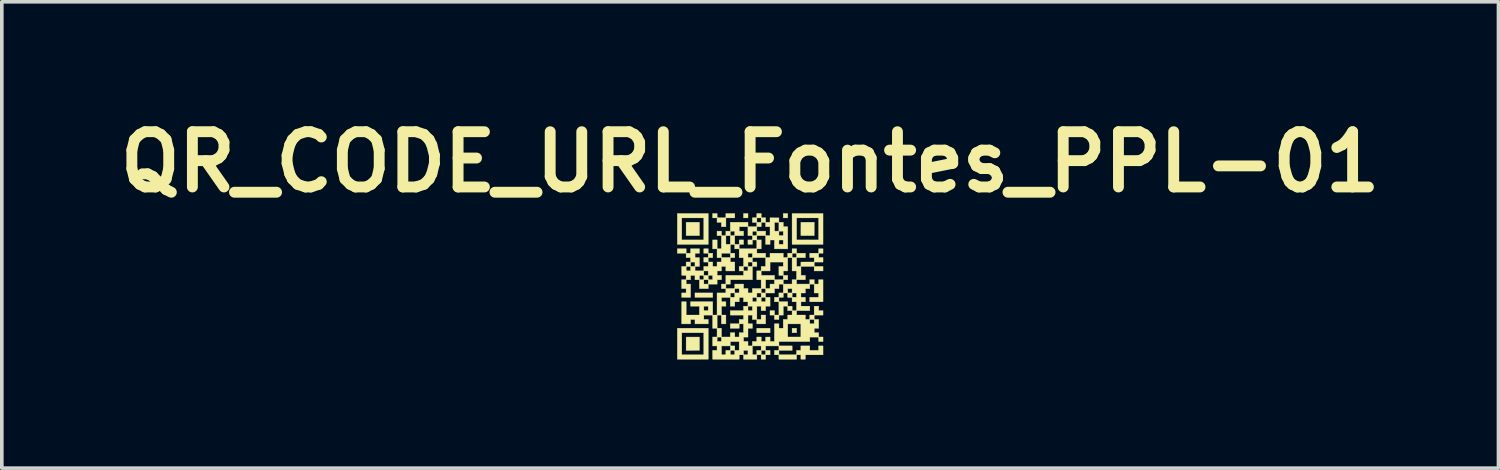
<source format=kicad_pcb>
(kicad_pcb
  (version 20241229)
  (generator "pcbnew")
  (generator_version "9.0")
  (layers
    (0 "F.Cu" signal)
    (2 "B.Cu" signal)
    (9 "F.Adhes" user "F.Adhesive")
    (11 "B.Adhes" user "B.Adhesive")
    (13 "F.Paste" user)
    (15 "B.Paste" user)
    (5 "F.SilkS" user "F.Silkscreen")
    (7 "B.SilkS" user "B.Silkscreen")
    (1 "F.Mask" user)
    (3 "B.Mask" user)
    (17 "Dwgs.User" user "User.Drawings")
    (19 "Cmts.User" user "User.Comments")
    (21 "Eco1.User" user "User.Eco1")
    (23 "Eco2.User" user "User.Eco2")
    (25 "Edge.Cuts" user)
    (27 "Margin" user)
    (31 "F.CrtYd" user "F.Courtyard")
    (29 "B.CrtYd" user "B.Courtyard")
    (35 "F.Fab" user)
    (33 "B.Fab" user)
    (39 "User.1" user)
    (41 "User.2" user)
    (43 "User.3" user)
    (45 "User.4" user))
  (footprint "QR_CODE_URL_Fontes_PPL-01"
    (layer "F.Cu")
    (at 17.642 4.847)
    (property "Reference" "QR_CODE_URL_Fontes_PPL-01" (at 0 -3.429 0) (layer "F.SilkS") (effects (font (size 1.524 1.524) (thickness 0.3))))
    (attr through_hole)
    (fp_poly (pts (xy -1.032 0.306) (xy -1.522 0.306) (xy -1.522 0.183) (xy -1.032 0.183) (xy -1.032 0.306)) (stroke (width 0.01) (type solid)) (fill yes) (layer "F.SilkS"))
    (fp_poly (pts (xy -0.059 -1.886) (xy -0.183 -1.886) (xy -0.183 -2.008) (xy -0.059 -2.008) (xy -0.059 -1.886)) (stroke (width 0.01) (type solid)) (fill yes) (layer "F.SilkS"))
    (fp_poly (pts (xy 0.55 1.282) (xy 0.183 1.282) (xy 0.183 1.157) (xy 0.55 1.157) (xy 0.55 1.282)) (stroke (width 0.01) (type solid)) (fill yes) (layer "F.SilkS"))
    (fp_poly (pts (xy 1.037 -1.886) (xy 0.913 -1.886) (xy 0.913 -2.008) (xy 1.037 -2.008) (xy 1.037 -1.886)) (stroke (width 0.01) (type solid)) (fill yes) (layer "F.SilkS"))
    (fp_poly (pts (xy 1.282 1.282) (xy 1.157 1.282) (xy 1.157 1.157) (xy 1.282 1.157) (xy 1.282 1.282)) (stroke (width 0.01) (type solid)) (fill yes) (layer "F.SilkS"))
    (fp_poly (pts (xy -1.398 1.767) (xy -1.582 1.768) (xy -1.766 1.769) (xy -1.766 1.585) (xy -1.765 1.401) (xy -1.398 1.401) (xy -1.398 1.767)) (stroke (width 0.01) (type solid)) (fill yes) (layer "F.SilkS"))
    (fp_poly (pts (xy -1.155 -1.155) (xy -2.008 -1.155) (xy -2.008 -1.886) (xy -1.886 -1.886) (xy -1.886 -1.279) (xy -1.279 -1.279) (xy -1.279 -1.886) (xy -1.886 -1.886) (xy -2.008 -1.886) (xy -2.008 -2.008) (xy -1.155 -2.008) (xy -1.155 -1.155)) (stroke (width 0.01) (type solid)) (fill yes) (layer "F.SilkS"))
    (fp_poly (pts (xy -1.155 2.011) (xy -2.008 2.011) (xy -2.008 1.282) (xy -1.886 1.282) (xy -1.886 1.889) (xy -1.279 1.889) (xy -1.279 1.282) (xy -1.886 1.282) (xy -2.008 1.282) (xy -2.008 1.157) (xy -1.155 1.157) (xy -1.155 2.011)) (stroke (width 0.01) (type solid)) (fill yes) (layer "F.SilkS"))
    (fp_poly (pts (xy 2.011 -1.155) (xy 1.157 -1.155) (xy 1.157 -1.886) (xy 1.282 -1.886) (xy 1.282 -1.279) (xy 1.889 -1.279) (xy 1.889 -1.886) (xy 1.282 -1.886) (xy 1.157 -1.886) (xy 1.157 -2.008) (xy 2.011 -2.008) (xy 2.011 -1.155)) (stroke (width 0.01) (type solid)) (fill yes) (layer "F.SilkS"))
    (fp_poly (pts (xy -0.91 -1.889) (xy -0.67 -1.889) (xy -0.67 -2.008) (xy -0.423 -2.008) (xy -0.423 -1.886) (xy -0.668 -1.886) (xy -0.668 -1.642) (xy -0.793 -1.642) (xy -0.793 -1.764) (xy -0.913 -1.764) (xy -0.913 -1.886) (xy -1.035 -1.886) (xy -1.035 -2.008) (xy -0.91 -2.008) (xy -0.91 -1.889)) (stroke (width 0.01) (type solid)) (fill yes) (layer "F.SilkS"))
    (fp_poly (pts (xy -1.582 -1.766) (xy -1.398 -1.765) (xy -1.398 -1.398) (xy -1.581 -1.398) (xy -1.61 -1.397) (xy -1.637 -1.397) (xy -1.663 -1.397) (xy -1.686 -1.398) (xy -1.708 -1.398) (xy -1.726 -1.398) (xy -1.741 -1.398) (xy -1.753 -1.398) (xy -1.761 -1.398) (xy -1.764 -1.398) (xy -1.765 -1.399) (xy -1.765 -1.401) (xy -1.765 -1.408) (xy -1.765 -1.419) (xy -1.766 -1.433) (xy -1.766 -1.451) (xy -1.766 -1.472) (xy -1.766 -1.495) (xy -1.766 -1.52) (xy -1.766 -1.547) (xy -1.766 -1.576) (xy -1.766 -1.583) (xy -1.766 -1.766) (xy -1.582 -1.766)) (stroke (width 0.01) (type solid)) (fill yes) (layer "F.SilkS"))
    (fp_poly (pts (xy 1.768 -1.582) (xy 1.767 -1.398) (xy 1.584 -1.398) (xy 1.55 -1.397) (xy 1.519 -1.397) (xy 1.493 -1.397) (xy 1.47 -1.397) (xy 1.452 -1.398) (xy 1.436 -1.398) (xy 1.424 -1.398) (xy 1.415 -1.398) (xy 1.408 -1.399) (xy 1.403 -1.399) (xy 1.401 -1.4) (xy 1.4 -1.4) (xy 1.4 -1.403) (xy 1.4 -1.41) (xy 1.4 -1.421) (xy 1.4 -1.436) (xy 1.4 -1.453) (xy 1.4 -1.474) (xy 1.4 -1.498) (xy 1.4 -1.523) (xy 1.4 -1.55) (xy 1.4 -1.579) (xy 1.4 -1.584) (xy 1.401 -1.765) (xy 1.585 -1.766) (xy 1.769 -1.766) (xy 1.768 -1.582)) (stroke (width 0.01) (type solid)) (fill yes) (layer "F.SilkS"))
    (fp_poly (pts (xy 0.306 -1.889) (xy 0.428 -1.889) (xy 0.428 -1.766) (xy 0.548 -1.766) (xy 0.548 -1.889) (xy 0.794 -1.887) (xy 0.794 -1.827) (xy 0.795 -1.766) (xy 0.915 -1.766) (xy 0.915 -1.644) (xy 1.037 -1.644) (xy 1.037 -1.032) (xy 0.67 -1.032) (xy 0.67 -1.277) (xy 0.795 -1.277) (xy 0.795 -1.157) (xy 0.913 -1.157) (xy 0.913 -1.277) (xy 0.795 -1.277) (xy 0.67 -1.277) (xy 0.55 -1.277) (xy 0.55 -1.155) (xy 0.426 -1.155) (xy 0.426 -1.397) (xy 0.186 -1.397) (xy 0.186 -1.279) (xy 0.306 -1.279) (xy 0.306 -1.032) (xy 0.186 -1.032) (xy 0.186 -0.913) (xy 0.428 -0.913) (xy 0.428 -0.793) (xy 0.548 -0.793) (xy 0.548 -0.913) (xy 0.915 -0.913) (xy 0.915 -0.793) (xy 1.035 -0.793) (xy 1.035 -0.91) (xy 1.159 -0.91) (xy 1.159 -0.793) (xy 1.279 -0.793) (xy 1.279 -0.91) (xy 1.159 -0.91) (xy 1.035 -0.91) (xy 1.035 -0.913) (xy 1.157 -0.913) (xy 1.157 -1.035) (xy 1.282 -1.035) (xy 1.282 -0.913) (xy 1.524 -0.913) (xy 1.524 -0.79) (xy 1.282 -0.79) (xy 1.282 -0.548) (xy 1.399 -0.548) (xy 1.4 -0.609) (xy 1.401 -0.669) (xy 1.583 -0.67) (xy 1.766 -0.67) (xy 1.766 -0.79) (xy 1.644 -0.79) (xy 1.644 -0.913) (xy 1.889 -0.913) (xy 1.889 -1.035) (xy 2.011 -1.035) (xy 2.011 -0.91) (xy 1.891 -0.91) (xy 1.891 -0.793) (xy 2.011 -0.793) (xy 2.011 -0.668) (xy 1.769 -0.668) (xy 1.769 -0.548) (xy 2.011 -0.548) (xy 2.011 -0.423) (xy 1.766 -0.423) (xy 1.766 -0.546) (xy 1.402 -0.546) (xy 1.402 -0.303) (xy 1.524 -0.303) (xy 1.524 -0.181) (xy 1.282 -0.181) (xy 1.282 -0.061) (xy 1.644 -0.061) (xy 1.644 -0.183) (xy 1.769 -0.183) (xy 1.769 -0.061) (xy 1.889 -0.061) (xy 1.889 -0.183) (xy 2.011 -0.183) (xy 2.011 0.428) (xy 1.644 0.428) (xy 1.644 0.303) (xy 1.889 0.303) (xy 1.889 0.186) (xy 1.766 0.186) (xy 1.766 -0.059) (xy 1.646 -0.059) (xy 1.646 0.064) (xy 1.524 0.064) (xy 1.524 0.186) (xy 1.402 0.186) (xy 1.402 0.303) (xy 1.524 0.303) (xy 1.524 0.428) (xy 1.402 0.428) (xy 1.402 0.548) (xy 1.646 0.548) (xy 1.646 0.673) (xy 1.282 0.673) (xy 1.282 0.793) (xy 1.524 0.793) (xy 1.524 0.913) (xy 1.644 0.913) (xy 1.644 0.793) (xy 1.766 0.793) (xy 1.766 0.548) (xy 1.891 0.548) (xy 1.891 0.67) (xy 2.011 0.67) (xy 2.011 0.795) (xy 1.769 0.795) (xy 1.769 0.913) (xy 1.891 0.913) (xy 1.891 1.159) (xy 1.769 1.159) (xy 1.769 1.279) (xy 1.891 1.279) (xy 1.891 1.399) (xy 2.011 1.399) (xy 2.011 1.524) (xy 1.889 1.524) (xy 1.889 1.402) (xy 1.646 1.402) (xy 1.646 1.524) (xy 0.795 1.524) (xy 0.795 1.644) (xy 1.159 1.644) (xy 1.159 1.769) (xy 0.795 1.769) (xy 0.795 1.889) (xy 1.279 1.889) (xy 1.279 1.766) (xy 1.399 1.766) (xy 1.399 1.644) (xy 1.646 1.644) (xy 1.646 1.766) (xy 1.889 1.766) (xy 1.889 1.644) (xy 2.011 1.644) (xy 2.011 1.891) (xy 1.524 1.891) (xy 1.524 2.011) (xy 1.399 2.011) (xy 1.399 1.891) (xy 1.282 1.891) (xy 1.282 2.011) (xy 0.793 2.011) (xy 0.793 1.891) (xy 0.67 1.891) (xy 0.67 1.766) (xy 0.793 1.766) (xy 0.793 1.646) (xy 0.428 1.646) (xy 0.428 1.766) (xy 0.55 1.766) (xy 0.55 1.891) (xy 0.428 1.891) (xy 0.428 2.011) (xy 0.303 2.011) (xy 0.303 1.891) (xy 0.186 1.891) (xy 0.186 2.011) (xy -0.183 2.011) (xy -0.183 1.891) (xy -0.301 1.891) (xy -0.301 2.011) (xy -1.035 2.011) (xy -1.035 1.766) (xy -0.913 1.766) (xy -0.913 1.646) (xy -0.79 1.646) (xy -0.79 1.889) (xy -0.67 1.889) (xy -0.67 1.769) (xy -0.546 1.769) (xy -0.546 1.889) (xy -0.426 1.889) (xy -0.426 1.769) (xy -0.181 1.769) (xy -0.181 1.889) (xy -0.061 1.889) (xy -0.061 1.769) (xy -0.181 1.769) (xy -0.426 1.769) (xy -0.546 1.769) (xy -0.67 1.769) (xy -0.67 1.766) (xy -0.548 1.766) (xy -0.548 1.646) (xy -0.79 1.646) (xy -0.913 1.646) (xy -1.035 1.646) (xy -1.035 1.524) (xy -0.546 1.524) (xy -0.546 1.644) (xy -0.423 1.644) (xy -0.423 1.766) (xy -0.303 1.766) (xy -0.303 1.646) (xy 0.064 1.646) (xy 0.064 1.889) (xy 0.183 1.889) (xy 0.183 1.769) (xy 0.306 1.769) (xy 0.306 1.889) (xy 0.426 1.889) (xy 0.426 1.769) (xy 0.306 1.769) (xy 0.183 1.769) (xy 0.183 1.766) (xy 0.303 1.766) (xy 0.303 1.646) (xy 0.064 1.646) (xy -0.303 1.646) (xy -0.303 1.524) (xy -0.546 1.524) (xy -1.035 1.524) (xy -1.035 1.402) (xy -0.91 1.402) (xy -0.91 1.522) (xy -0.793 1.522) (xy -0.793 1.402) (xy -0.181 1.402) (xy -0.181 1.522) (xy -0.059 1.522) (xy -0.059 1.644) (xy 0.061 1.644) (xy 0.061 1.522) (xy 0.183 1.522) (xy 0.183 1.399) (xy 0.306 1.399) (xy 0.306 1.522) (xy 0.426 1.522) (xy 0.426 1.461) (xy 0.427 1.401) (xy 0.489 1.4) (xy 0.55 1.399) (xy 0.55 1.522) (xy 0.67 1.522) (xy 0.67 1.035) (xy 0.795 1.035) (xy 0.795 1.157) (xy 0.913 1.157) (xy 0.913 1.037) (xy 1.037 1.037) (xy 1.037 1.399) (xy 1.399 1.399) (xy 1.399 1.037) (xy 1.037 1.037) (xy 0.913 1.037) (xy 0.913 0.915) (xy 1.646 0.915) (xy 1.646 1.035) (xy 1.766 1.035) (xy 1.766 0.915) (xy 1.646 0.915) (xy 0.913 0.915) (xy 0.913 0.913) (xy 1.035 0.913) (xy 1.035 0.793) (xy 1.157 0.793) (xy 1.157 0.673) (xy 1.035 0.673) (xy 1.035 0.55) (xy 0.915 0.55) (xy 0.915 0.795) (xy 0.795 0.795) (xy 0.795 0.915) (xy 0.67 0.915) (xy 0.67 0.795) (xy 0.548 0.795) (xy 0.548 0.67) (xy 0.673 0.67) (xy 0.673 0.793) (xy 0.793 0.793) (xy 0.793 0.428) (xy 0.67 0.428) (xy 0.67 0.306) (xy 0.795 0.306) (xy 0.795 0.426) (xy 1.037 0.426) (xy 1.037 0.548) (xy 1.159 0.548) (xy 1.159 0.67) (xy 1.279 0.67) (xy 1.279 0.428) (xy 1.157 0.428) (xy 1.157 0.306) (xy 1.035 0.306) (xy 1.035 0.186) (xy 1.159 0.186) (xy 1.159 0.303) (xy 1.279 0.303) (xy 1.279 0.186) (xy 1.159 0.186) (xy 1.035 0.186) (xy 0.915 0.186) (xy 0.915 0.306) (xy 0.795 0.306) (xy 0.67 0.306) (xy 0.67 0.303) (xy 0.793 0.303) (xy 0.793 0.183) (xy 0.913 0.183) (xy 0.913 0.064) (xy 1.037 0.064) (xy 1.037 0.183) (xy 1.157 0.183) (xy 1.157 0.064) (xy 1.037 0.064) (xy 0.913 0.064) (xy 0.913 -0.059) (xy 0.795 -0.059) (xy 0.795 0.064) (xy 0.673 0.064) (xy 0.673 0.186) (xy 0.428 0.186) (xy 0.428 0.303) (xy 0.55 0.303) (xy 0.55 0.55) (xy 0.428 0.55) (xy 0.428 0.673) (xy 0.303 0.673) (xy 0.303 0.55) (xy 0.186 0.55) (xy 0.186 0.913) (xy 0.303 0.913) (xy 0.303 0.793) (xy 0.428 0.793) (xy 0.428 1.037) (xy 0.183 1.037) (xy 0.183 0.915) (xy 0.061 0.915) (xy 0.061 0.795) (xy -0.059 0.795) (xy -0.059 1.035) (xy 0.064 1.035) (xy 0.064 1.159) (xy -0.059 1.159) (xy -0.059 1.402) (xy -0.181 1.402) (xy -0.793 1.402) (xy -0.91 1.402) (xy -1.035 1.402) (xy -1.035 1.399) (xy -0.913 1.399) (xy -0.913 1.159) (xy -1.035 1.159) (xy -1.035 0.795) (xy -0.91 0.795) (xy -0.91 1.157) (xy -0.79 1.157) (xy -0.79 1.399) (xy -0.548 1.399) (xy -0.548 1.279) (xy -0.423 1.279) (xy -0.423 1.399) (xy -0.303 1.399) (xy -0.303 1.279) (xy -0.183 1.279) (xy -0.183 1.037) (xy -0.301 1.037) (xy -0.301 1.159) (xy -0.548 1.159) (xy -0.548 1.035) (xy -0.303 1.035) (xy -0.303 0.913) (xy -0.183 0.913) (xy -0.183 0.795) (xy -0.548 0.795) (xy -0.548 0.67) (xy -0.183 0.67) (xy -0.183 0.55) (xy -0.059 0.55) (xy -0.059 0.67) (xy 0.061 0.67) (xy 0.061 0.55) (xy -0.059 0.55) (xy -0.183 0.55) (xy -0.183 0.548) (xy -0.061 0.548) (xy -0.061 0.428) (xy -0.183 0.428) (xy -0.183 0.306) (xy 0.064 0.306) (xy 0.064 0.426) (xy 0.183 0.426) (xy 0.183 0.306) (xy 0.306 0.306) (xy 0.306 0.426) (xy 0.426 0.426) (xy 0.426 0.306) (xy 0.306 0.306) (xy 0.183 0.306) (xy 0.064 0.306) (xy -0.183 0.306) (xy -0.301 0.306) (xy -0.301 0.428) (xy -0.423 0.428) (xy -0.423 0.55) (xy -0.548 0.55) (xy -0.548 0.306) (xy -0.79 0.306) (xy -0.79 0.426) (xy -0.668 0.426) (xy -0.668 0.55) (xy -0.79 0.55) (xy -0.79 0.793) (xy -0.668 0.793) (xy -0.668 1.037) (xy -0.793 1.037) (xy -0.793 0.795) (xy -0.91 0.795) (xy -1.035 0.795) (xy -1.277 0.795) (xy -1.277 0.913) (xy -1.155 0.913) (xy -1.155 1.037) (xy -1.522 1.037) (xy -1.522 0.915) (xy -1.642 0.915) (xy -1.642 1.037) (xy -1.889 1.037) (xy -1.889 0.426) (xy -1.764 0.426) (xy -1.764 0.793) (xy -1.399 0.793) (xy -1.399 0.55) (xy -1.277 0.55) (xy -1.277 0.67) (xy -1.157 0.67) (xy -1.157 0.55) (xy -1.277 0.55) (xy -1.399 0.55) (xy -1.644 0.55) (xy -1.644 0.426) (xy -1.032 0.426) (xy -1.032 0.793) (xy -0.913 0.793) (xy -0.913 0.186) (xy -0.546 0.186) (xy -0.546 0.303) (xy -0.426 0.303) (xy -0.426 0.186) (xy 0.186 0.186) (xy 0.186 0.303) (xy 0.303 0.303) (xy 0.303 0.186) (xy 0.186 0.186) (xy -0.426 0.186) (xy -0.546 0.186) (xy -0.913 0.186) (xy -0.913 0.183) (xy -0.67 0.183) (xy -0.67 0.064) (xy -0.423 0.064) (xy -0.423 0.183) (xy -0.303 0.183) (xy -0.303 0.064) (xy -0.423 0.064) (xy -0.67 0.064) (xy -0.793 0.064) (xy -0.793 -0.059) (xy -0.668 -0.059) (xy -0.668 0.061) (xy -0.426 0.061) (xy -0.426 -0.061) (xy -0.181 -0.061) (xy -0.181 0.061) (xy -0.059 0.061) (xy -0.059 0.183) (xy 0.061 0.183) (xy 0.061 0.064) (xy 0.306 0.064) (xy 0.306 0.183) (xy 0.426 0.183) (xy 0.426 0.064) (xy 0.306 0.064) (xy 0.061 0.064) (xy 0.061 0.061) (xy 0.303 0.061) (xy 0.303 -0.181) (xy 0.428 -0.181) (xy 0.428 0.061) (xy 0.548 0.061) (xy 0.548 -0.061) (xy 0.67 -0.061) (xy 0.67 -0.181) (xy 0.428 -0.181) (xy 0.303 -0.181) (xy 0.183 -0.181) (xy 0.183 -0.423) (xy 0.306 -0.423) (xy 0.306 -0.303) (xy 0.673 -0.303) (xy 0.673 -0.183) (xy 0.913 -0.183) (xy 0.913 -0.301) (xy 0.793 -0.301) (xy 0.793 -0.423) (xy 0.915 -0.423) (xy 0.915 -0.303) (xy 1.037 -0.303) (xy 1.037 -0.181) (xy 0.915 -0.181) (xy 0.915 -0.061) (xy 1.157 -0.061) (xy 1.157 -0.183) (xy 1.279 -0.183) (xy 1.279 -0.423) (xy 1.157 -0.423) (xy 1.157 -0.79) (xy 1.037 -0.79) (xy 1.037 -0.423) (xy 0.915 -0.423) (xy 0.793 -0.423) (xy 0.793 -0.548) (xy 0.913 -0.548) (xy 0.913 -0.668) (xy 0.55 -0.668) (xy 0.55 -0.423) (xy 0.306 -0.423) (xy 0.183 -0.423) (xy 0.183 -0.426) (xy 0.303 -0.426) (xy 0.303 -0.548) (xy 0.426 -0.548) (xy 0.426 -0.79) (xy 0.064 -0.79) (xy 0.064 -0.67) (xy 0.186 -0.67) (xy 0.186 -0.546) (xy 0.064 -0.546) (xy 0.064 -0.181) (xy -0.546 -0.181) (xy -0.546 -0.059) (xy -0.668 -0.059) (xy -0.793 -0.059) (xy -0.793 -0.061) (xy -0.67 -0.061) (xy -0.67 -0.303) (xy -0.183 -0.303) (xy -0.183 -0.423) (xy -0.303 -0.423) (xy -0.303 -0.546) (xy -0.181 -0.546) (xy -0.181 -0.426) (xy -0.061 -0.426) (xy -0.061 -0.546) (xy -0.181 -0.546) (xy -0.303 -0.546) (xy -0.303 -0.548) (xy -0.183 -0.548) (xy -0.183 -0.668) (xy -0.059 -0.668) (xy -0.059 -0.548) (xy 0.061 -0.548) (xy 0.061 -0.668) (xy -0.059 -0.668) (xy -0.183 -0.668) (xy -0.183 -0.79) (xy -0.303 -0.79) (xy -0.303 -0.91) (xy -0.059 -0.91) (xy -0.059 -0.793) (xy 0.061 -0.793) (xy 0.061 -0.91) (xy -0.059 -0.91) (xy -0.303 -0.91) (xy -0.303 -1.032) (xy -0.426 -1.032) (xy -0.426 -1.155) (xy -0.546 -1.155) (xy -0.546 -0.913) (xy -0.423 -0.913) (xy -0.423 -0.79) (xy -0.546 -0.79) (xy -0.546 -0.67) (xy -0.423 -0.67) (xy -0.423 -0.423) (xy -0.67 -0.423) (xy -0.67 -0.546) (xy -0.79 -0.546) (xy -0.79 -0.423) (xy -0.91 -0.423) (xy -0.91 -0.303) (xy -0.79 -0.303) (xy -0.79 -0.181) (xy -0.91 -0.181) (xy -0.91 -0.059) (xy -1.155 -0.059) (xy -1.155 0.064) (xy -1.399 0.064) (xy -1.399 -0.181) (xy -1.277 -0.181) (xy -1.277 -0.061) (xy -1.157 -0.061) (xy -1.157 -0.181) (xy -1.277 -0.181) (xy -1.399 -0.181) (xy -1.522 -0.181) (xy -1.522 -0.301) (xy -1.397 -0.301) (xy -1.397 -0.183) (xy -1.279 -0.183) (xy -1.279 -0.301) (xy -1.155 -0.301) (xy -1.155 -0.183) (xy -1.035 -0.183) (xy -1.035 -0.301) (xy -1.155 -0.301) (xy -1.279 -0.301) (xy -1.397 -0.301) (xy -1.522 -0.301) (xy -1.642 -0.301) (xy -1.642 -0.181) (xy -1.764 -0.181) (xy -1.764 -0.061) (xy -1.642 -0.061) (xy -1.642 0.306) (xy -1.889 0.306) (xy -1.889 0.183) (xy -1.766 0.183) (xy -1.766 0.064) (xy -1.889 0.064) (xy -1.889 -0.183) (xy -1.766 -0.183) (xy -1.766 -0.301) (xy -1.827 -0.302) (xy -1.887 -0.302) (xy -1.888 -0.423) (xy -1.277 -0.423) (xy -1.277 -0.303) (xy -1.157 -0.303) (xy -1.157 -0.423) (xy -1.277 -0.423) (xy -1.888 -0.423) (xy -1.889 -0.546) (xy -1.764 -0.546) (xy -1.764 -0.426) (xy -1.644 -0.426) (xy -1.644 -0.546) (xy -1.764 -0.546) (xy -1.889 -0.546) (xy -1.889 -0.548) (xy -1.766 -0.548) (xy -1.766 -0.668) (xy -1.642 -0.668) (xy -1.642 -0.548) (xy -1.522 -0.548) (xy -1.522 -0.668) (xy -1.642 -0.668) (xy -1.766 -0.668) (xy -1.766 -0.67) (xy -1.644 -0.67) (xy -1.644 -0.79) (xy -1.766 -0.79) (xy -1.766 -0.91) (xy -2.008 -0.91) (xy -2.008 -1.035) (xy -1.764 -1.035) (xy -1.764 -0.913) (xy -1.644 -0.913) (xy -1.644 -1.035) (xy -1.397 -1.035) (xy -1.398 -0.911) (xy -1.459 -0.911) (xy -1.519 -0.91) (xy -1.519 -0.793) (xy -1.459 -0.792) (xy -1.398 -0.791) (xy -1.398 -0.669) (xy -1.397 -0.546) (xy -1.519 -0.546) (xy -1.519 -0.426) (xy -1.279 -0.426) (xy -1.279 -0.548) (xy -1.157 -0.548) (xy -1.157 -0.668) (xy -1.279 -0.668) (xy -1.279 -0.793) (xy -1.157 -0.793) (xy -1.157 -0.91) (xy -1.279 -0.91) (xy -1.279 -1.035) (xy -1.155 -1.035) (xy -1.155 -0.913) (xy -1.032 -0.913) (xy -1.032 -0.79) (xy -1.155 -0.79) (xy -1.155 -0.67) (xy -1.032 -0.67) (xy -1.032 -0.548) (xy -0.913 -0.548) (xy -0.913 -0.67) (xy -0.793 -0.67) (xy -0.793 -0.79) (xy -0.913 -0.79) (xy -0.913 -0.91) (xy -0.79 -0.91) (xy -0.79 -0.793) (xy -0.548 -0.793) (xy -0.548 -0.91) (xy -0.79 -0.91) (xy -0.913 -0.91) (xy -0.913 -1.032) (xy -1.035 -1.032) (xy -1.035 -1.279) (xy -0.91 -1.279) (xy -0.91 -1.035) (xy -0.793 -1.035) (xy -0.793 -1.397) (xy -0.668 -1.397) (xy -0.668 -1.157) (xy -0.548 -1.157) (xy -0.548 -1.397) (xy -0.423 -1.397) (xy -0.423 -1.157) (xy -0.303 -1.157) (xy -0.303 -1.279) (xy -0.181 -1.279) (xy -0.181 -1.155) (xy -0.301 -1.155) (xy -0.301 -1.035) (xy 0.183 -1.035) (xy 0.183 -1.277) (xy 0.064 -1.277) (xy 0.064 -1.155) (xy -0.061 -1.155) (xy -0.061 -1.279) (xy 0.061 -1.279) (xy 0.061 -1.397) (xy -0.061 -1.397) (xy -0.061 -1.519) (xy 0.064 -1.519) (xy 0.064 -1.399) (xy 0.183 -1.399) (xy 0.183 -1.519) (xy 0.064 -1.519) (xy -0.061 -1.519) (xy -0.061 -1.642) (xy 0.186 -1.642) (xy 0.186 -1.522) (xy 0.428 -1.522) (xy 0.428 -1.399) (xy 0.548 -1.399) (xy 0.548 -1.519) (xy 0.795 -1.519) (xy 0.795 -1.399) (xy 0.913 -1.399) (xy 0.913 -1.519) (xy 0.795 -1.519) (xy 0.548 -1.519) (xy 0.548 -1.642) (xy 0.426 -1.642) (xy 0.426 -1.764) (xy 0.673 -1.764) (xy 0.673 -1.522) (xy 0.793 -1.522) (xy 0.793 -1.764) (xy 0.673 -1.764) (xy 0.426 -1.764) (xy 0.306 -1.764) (xy 0.306 -1.642) (xy 0.186 -1.642) (xy -0.061 -1.642) (xy -0.301 -1.642) (xy -0.301 -1.522) (xy -0.181 -1.522) (xy -0.181 -1.397) (xy -0.423 -1.397) (xy -0.548 -1.397) (xy -0.668 -1.397) (xy -0.793 -1.397) (xy -0.913 -1.397) (xy -0.913 -1.522) (xy -0.79 -1.522) (xy -0.79 -1.399) (xy -0.67 -1.399) (xy -0.67 -1.519) (xy -0.546 -1.519) (xy -0.546 -1.399) (xy -0.426 -1.399) (xy -0.426 -1.519) (xy -0.546 -1.519) (xy -0.67 -1.519) (xy -0.67 -1.522) (xy -0.548 -1.522) (xy -0.548 -1.766) (xy -0.059 -1.766) (xy -0.059 -1.644) (xy 0.183 -1.644) (xy 0.183 -1.764) (xy 0.061 -1.764) (xy 0.061 -1.886) (xy 0.186 -1.886) (xy 0.186 -1.766) (xy 0.303 -1.766) (xy 0.303 -1.886) (xy 0.186 -1.886) (xy 0.061 -1.886) (xy 0.061 -1.889) (xy 0.183 -1.889) (xy 0.183 -2.008) (xy 0.306 -2.008) (xy 0.306 -1.889)) (stroke (width 0.01) (type solid)) (fill yes) (layer "F.SilkS")))
  (gr_rect
    (start -3 -3)
    (end 38.284 9.863)
    (stroke (width 0.1) (type default))
    (fill no)
    (layer "Edge.Cuts")))
</source>
